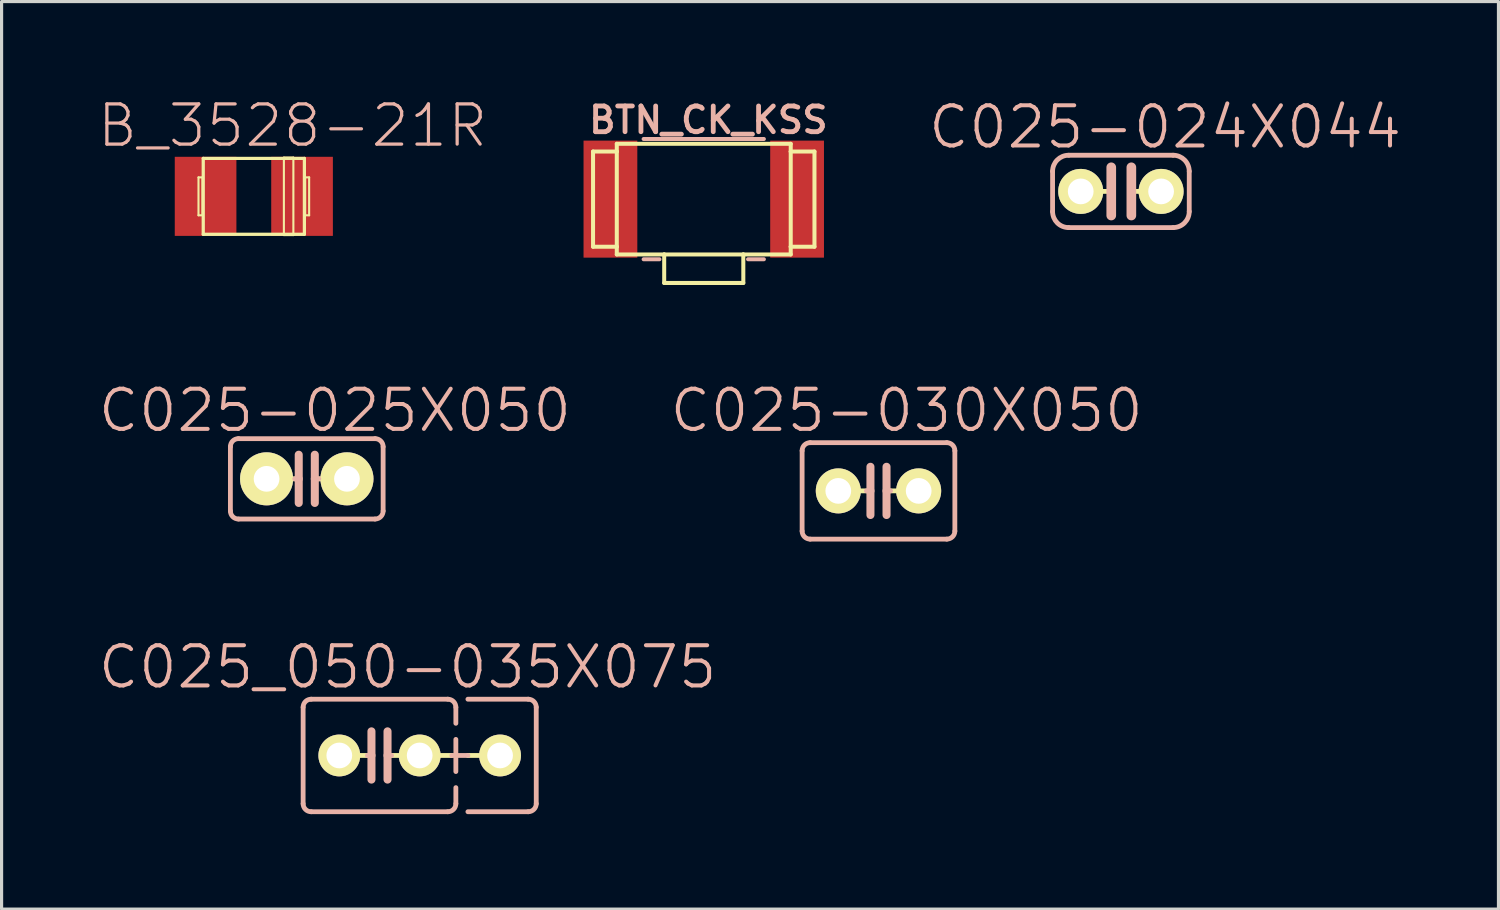
<source format=kicad_pcb>
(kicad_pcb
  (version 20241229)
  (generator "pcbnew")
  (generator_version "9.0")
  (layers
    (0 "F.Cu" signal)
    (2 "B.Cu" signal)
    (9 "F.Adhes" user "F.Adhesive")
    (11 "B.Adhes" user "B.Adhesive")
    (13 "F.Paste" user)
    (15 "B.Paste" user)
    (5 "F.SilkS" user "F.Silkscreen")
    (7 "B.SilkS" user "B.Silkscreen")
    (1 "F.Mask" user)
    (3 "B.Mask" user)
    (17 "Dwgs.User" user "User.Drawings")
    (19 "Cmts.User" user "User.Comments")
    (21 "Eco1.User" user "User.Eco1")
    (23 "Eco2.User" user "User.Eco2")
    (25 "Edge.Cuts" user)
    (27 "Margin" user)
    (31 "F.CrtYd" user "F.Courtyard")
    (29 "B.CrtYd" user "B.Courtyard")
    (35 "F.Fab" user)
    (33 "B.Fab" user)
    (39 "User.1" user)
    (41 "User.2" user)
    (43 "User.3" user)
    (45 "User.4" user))
  (footprint "C025-024X044"
    (layer "F.Cu")
    (at 32.368 2.998)
    (property "Reference" "C025-024X044" (at 1.397 -2.032 0) (layer "B.SilkS") (effects (font (size 1.27 1.27) (thickness 0.127))))
    (attr exclude_from_pos_files exclude_from_bom)
    (fp_line (start -1.27 0) (end -0.305 0) (stroke (width 0.152) (type solid)) (layer "F.SilkS"))
    (fp_line (start 1.27 0) (end 0.33 0) (stroke (width 0.152) (type solid)) (layer "F.SilkS"))
    (fp_line (start -2.159 0.635) (end -2.159 -0.635) (stroke (width 0.152) (type solid)) (layer "B.SilkS"))
    (fp_line (start -0.305 -0.762) (end -0.305 0.762) (stroke (width 0.305) (type solid)) (layer "B.SilkS"))
    (fp_line (start 0.33 -0.762) (end 0.33 0.762) (stroke (width 0.305) (type solid)) (layer "B.SilkS"))
    (fp_line (start 1.651 -1.143) (end -1.651 -1.143) (stroke (width 0.152) (type solid)) (layer "B.SilkS"))
    (fp_line (start 1.651 1.143) (end -1.651 1.143) (stroke (width 0.152) (type solid)) (layer "B.SilkS"))
    (fp_line (start 2.159 0.635) (end 2.159 -0.635) (stroke (width 0.152) (type solid)) (layer "B.SilkS"))
    (fp_arc (start -2.159 -0.635) (mid -2.01021 -0.99421) (end -1.651 -1.143) (stroke (width 0.1524) (type solid)) (layer "B.SilkS"))
    (fp_arc (start -1.651 1.143) (mid -2.01021 0.99421) (end -2.159 0.635) (stroke (width 0.1524) (type solid)) (layer "B.SilkS"))
    (fp_arc (start 1.651 -1.143) (mid 2.01021 -0.99421) (end 2.159 -0.635) (stroke (width 0.1524) (type solid)) (layer "B.SilkS"))
    (fp_arc (start 2.159 0.635) (mid 2.01021 0.99421) (end 1.651 1.143) (stroke (width 0.1524) (type solid)) (layer "B.SilkS"))
    (pad "1" thru_hole circle (at -1.27 0) (size 1.422 1.422) (drill 0.813) (layers "*.Cu" "F.Mask" "F.SilkS" "F.Paste"))
    (pad "2" thru_hole circle (at 1.27 0) (size 1.422 1.422) (drill 0.813) (layers "*.Cu" "F.Mask" "F.SilkS" "F.Paste")))
  (footprint "C025-030X050"
    (layer "F.Cu")
    (at 24.708 12.461)
    (property "Reference" "C025-030X050" (at 0.889 -2.54 0) (layer "B.SilkS") (effects (font (size 1.27 1.27) (thickness 0.127))))
    (attr exclude_from_pos_files exclude_from_bom)
    (fp_line (start -0.381 0) (end -0.762 0) (stroke (width 0.152) (type solid)) (layer "F.SilkS"))
    (fp_line (start 0.762 0) (end 0.381 0) (stroke (width 0.152) (type solid)) (layer "F.SilkS"))
    (fp_line (start -2.413 -1.27) (end -2.413 1.27) (stroke (width 0.152) (type solid)) (layer "B.SilkS"))
    (fp_line (start -2.159 -1.524) (end 2.159 -1.524) (stroke (width 0.152) (type solid)) (layer "B.SilkS"))
    (fp_line (start -0.254 -0.762) (end -0.254 0) (stroke (width 0.254) (type solid)) (layer "B.SilkS"))
    (fp_line (start -0.254 0) (end -0.381 0) (stroke (width 0.152) (type solid)) (layer "B.SilkS"))
    (fp_line (start -0.254 0) (end -0.254 0.762) (stroke (width 0.254) (type solid)) (layer "B.SilkS"))
    (fp_line (start 0.254 0) (end 0.254 -0.762) (stroke (width 0.254) (type solid)) (layer "B.SilkS"))
    (fp_line (start 0.254 0) (end 0.254 0.762) (stroke (width 0.254) (type solid)) (layer "B.SilkS"))
    (fp_line (start 0.381 0) (end 0.254 0) (stroke (width 0.152) (type solid)) (layer "B.SilkS"))
    (fp_line (start 2.159 1.524) (end -2.159 1.524) (stroke (width 0.152) (type solid)) (layer "B.SilkS"))
    (fp_line (start 2.413 -1.27) (end 2.413 1.27) (stroke (width 0.152) (type solid)) (layer "B.SilkS"))
    (fp_arc (start -2.413 -1.27) (mid -2.338605 -1.449605) (end -2.159 -1.524) (stroke (width 0.1524) (type solid)) (layer "B.SilkS"))
    (fp_arc (start -2.159 1.524) (mid -2.338605 1.449605) (end -2.413 1.27) (stroke (width 0.1524) (type solid)) (layer "B.SilkS"))
    (fp_arc (start 2.159 -1.524) (mid 2.338605 -1.449605) (end 2.413 -1.27) (stroke (width 0.1524) (type solid)) (layer "B.SilkS"))
    (fp_arc (start 2.413 1.27) (mid 2.338605 1.449605) (end 2.159 1.524) (stroke (width 0.1524) (type solid)) (layer "B.SilkS"))
    (pad "1" thru_hole circle (at -1.27 0) (size 1.422 1.422) (drill 0.813) (layers "*.Cu" "F.Mask" "F.SilkS" "F.Paste"))
    (pad "2" thru_hole circle (at 1.27 0) (size 1.422 1.422) (drill 0.813) (layers "*.Cu" "F.Mask" "F.SilkS" "F.Paste")))
  (footprint "BTN_CK_KSS"
    (layer "F.Cu")
    (at 19.187 3.242)
    (property "Reference" "BTN_CK_KSS" (at 0.145 -2.499 0) (layer "B.SilkS") (effects (font (size 0.813 0.813) (thickness 0.152))))
    (attr smd)
    (fp_line (start -3.498 -1.504) (end -2.748 -1.504) (stroke (width 0.127) (type solid)) (layer "F.SilkS"))
    (fp_line (start -3.498 1.504) (end -3.498 -1.504) (stroke (width 0.127) (type solid)) (layer "F.SilkS"))
    (fp_line (start -2.748 -1.748) (end 2.748 -1.748) (stroke (width 0.127) (type solid)) (layer "F.SilkS"))
    (fp_line (start -2.748 -1.504) (end -2.748 -1.748) (stroke (width 0.127) (type solid)) (layer "F.SilkS"))
    (fp_line (start -2.748 1.504) (end -3.498 1.504) (stroke (width 0.127) (type solid)) (layer "F.SilkS"))
    (fp_line (start -2.748 1.504) (end -2.748 -1.504) (stroke (width 0.127) (type solid)) (layer "F.SilkS"))
    (fp_line (start -2.748 1.748) (end -2.748 1.504) (stroke (width 0.127) (type solid)) (layer "F.SilkS"))
    (fp_line (start -1.25 1.748) (end -2.748 1.748) (stroke (width 0.127) (type solid)) (layer "F.SilkS"))
    (fp_line (start -1.25 2.649) (end -1.25 1.748) (stroke (width 0.127) (type solid)) (layer "F.SilkS"))
    (fp_line (start -1.25 2.649) (end 1.25 2.649) (stroke (width 0.127) (type solid)) (layer "F.SilkS"))
    (fp_line (start 1.25 1.748) (end -1.25 1.748) (stroke (width 0.127) (type solid)) (layer "F.SilkS"))
    (fp_line (start 1.25 2.649) (end 1.25 1.748) (stroke (width 0.127) (type solid)) (layer "F.SilkS"))
    (fp_line (start 2.748 -1.748) (end 2.748 -1.504) (stroke (width 0.127) (type solid)) (layer "F.SilkS"))
    (fp_line (start 2.748 -1.504) (end 2.748 1.504) (stroke (width 0.127) (type solid)) (layer "F.SilkS"))
    (fp_line (start 2.748 -1.504) (end 3.498 -1.504) (stroke (width 0.127) (type solid)) (layer "F.SilkS"))
    (fp_line (start 2.748 1.504) (end 2.748 1.748) (stroke (width 0.127) (type solid)) (layer "F.SilkS"))
    (fp_line (start 2.748 1.748) (end 1.25 1.748) (stroke (width 0.127) (type solid)) (layer "F.SilkS"))
    (fp_line (start 3.498 -1.504) (end 3.498 1.504) (stroke (width 0.127) (type solid)) (layer "F.SilkS"))
    (fp_line (start 3.498 1.504) (end 2.748 1.504) (stroke (width 0.127) (type solid)) (layer "F.SilkS"))
    (fp_line (start -1.9 -1.9) (end 1.9 -1.9) (stroke (width 0.127) (type solid)) (layer "B.SilkS"))
    (fp_line (start -1.9 1.9) (end -1.4 1.9) (stroke (width 0.127) (type solid)) (layer "B.SilkS"))
    (fp_line (start 1.4 1.9) (end 1.9 1.9) (stroke (width 0.127) (type solid)) (layer "B.SilkS"))
    (pad "P$1" smd rect (at -2.949 0) (size 1.699 3.698) (layers "F.Cu" "F.Mask" "F.Paste"))
    (pad "P$2" smd rect (at 2.949 0) (size 1.699 3.698) (layers "F.Cu" "F.Mask" "F.Paste")))
  (footprint "C025-025X050"
    (layer "F.Cu")
    (at 6.643 12.08)
    (property "Reference" "C025-025X050" (at 0.889 -2.159 0) (layer "B.SilkS") (effects (font (size 1.27 1.27) (thickness 0.127))))
    (attr exclude_from_pos_files exclude_from_bom)
    (fp_line (start -0.381 0) (end -0.762 0) (stroke (width 0.152) (type solid)) (layer "F.SilkS"))
    (fp_line (start 0.762 0) (end 0.381 0) (stroke (width 0.152) (type solid)) (layer "F.SilkS"))
    (fp_line (start -2.413 -1.016) (end -2.413 1.016) (stroke (width 0.152) (type solid)) (layer "B.SilkS"))
    (fp_line (start -2.159 -1.27) (end 2.159 -1.27) (stroke (width 0.152) (type solid)) (layer "B.SilkS"))
    (fp_line (start -0.254 -0.762) (end -0.254 0) (stroke (width 0.254) (type solid)) (layer "B.SilkS"))
    (fp_line (start -0.254 0) (end -0.381 0) (stroke (width 0.152) (type solid)) (layer "B.SilkS"))
    (fp_line (start -0.254 0) (end -0.254 0.762) (stroke (width 0.254) (type solid)) (layer "B.SilkS"))
    (fp_line (start 0.254 0) (end 0.254 -0.762) (stroke (width 0.254) (type solid)) (layer "B.SilkS"))
    (fp_line (start 0.254 0) (end 0.254 0.762) (stroke (width 0.254) (type solid)) (layer "B.SilkS"))
    (fp_line (start 0.381 0) (end 0.254 0) (stroke (width 0.152) (type solid)) (layer "B.SilkS"))
    (fp_line (start 2.159 1.27) (end -2.159 1.27) (stroke (width 0.152) (type solid)) (layer "B.SilkS"))
    (fp_line (start 2.413 -1.016) (end 2.413 1.016) (stroke (width 0.152) (type solid)) (layer "B.SilkS"))
    (fp_arc (start -2.413 -1.016) (mid -2.338605 -1.195605) (end -2.159 -1.27) (stroke (width 0.1524) (type solid)) (layer "B.SilkS"))
    (fp_arc (start -2.159 1.27) (mid -2.338605 1.195605) (end -2.413 1.016) (stroke (width 0.1524) (type solid)) (layer "B.SilkS"))
    (fp_arc (start 2.159 -1.27) (mid 2.338605 -1.195605) (end 2.413 -1.016) (stroke (width 0.1524) (type solid)) (layer "B.SilkS"))
    (fp_arc (start 2.413 1.016) (mid 2.338605 1.195605) (end 2.159 1.27) (stroke (width 0.1524) (type solid)) (layer "B.SilkS"))
    (pad "1" thru_hole circle (at -1.27 0) (size 1.676 1.676) (drill 0.813) (layers "*.Cu" "F.Mask" "F.SilkS" "F.Paste"))
    (pad "2" thru_hole circle (at 1.27 0) (size 1.676 1.676) (drill 0.813) (layers "*.Cu" "F.Mask" "F.SilkS" "F.Paste")))
  (footprint "C025_050-035X075"
    (layer "F.Cu")
    (at 8.941 20.821)
    (property "Reference" "C025_050-035X075" (at 0.889 -2.794 0) (layer "B.SilkS") (effects (font (size 1.27 1.27) (thickness 0.127))))
    (attr exclude_from_pos_files exclude_from_bom)
    (fp_line (start -0.381 0) (end -0.762 0) (stroke (width 0.152) (type solid)) (layer "F.SilkS"))
    (fp_line (start 0.381 0) (end 0.762 0) (stroke (width 0.152) (type solid)) (layer "F.SilkS"))
    (fp_line (start 2.286 0) (end 1.778 0) (stroke (width 0.152) (type solid)) (layer "F.SilkS"))
    (fp_line (start 2.794 0) (end 3.302 0) (stroke (width 0.152) (type solid)) (layer "F.SilkS"))
    (fp_line (start -2.413 -1.524) (end -2.413 1.524) (stroke (width 0.152) (type solid)) (layer "B.SilkS"))
    (fp_line (start -2.159 -1.778) (end 2.159 -1.778) (stroke (width 0.152) (type solid)) (layer "B.SilkS"))
    (fp_line (start -0.254 -0.762) (end -0.254 0) (stroke (width 0.254) (type solid)) (layer "B.SilkS"))
    (fp_line (start -0.254 0) (end -0.381 0) (stroke (width 0.152) (type solid)) (layer "B.SilkS"))
    (fp_line (start -0.254 0) (end -0.254 0.762) (stroke (width 0.254) (type solid)) (layer "B.SilkS"))
    (fp_line (start 0.254 0) (end 0.254 -0.762) (stroke (width 0.254) (type solid)) (layer "B.SilkS"))
    (fp_line (start 0.254 0) (end 0.254 0.762) (stroke (width 0.254) (type solid)) (layer "B.SilkS"))
    (fp_line (start 0.381 0) (end 0.254 0) (stroke (width 0.152) (type solid)) (layer "B.SilkS"))
    (fp_line (start 2.159 1.778) (end -2.159 1.778) (stroke (width 0.152) (type solid)) (layer "B.SilkS"))
    (fp_line (start 2.286 0) (end 2.794 0) (stroke (width 0.152) (type solid)) (layer "B.SilkS"))
    (fp_line (start 2.413 -1.524) (end 2.413 -1.016) (stroke (width 0.152) (type solid)) (layer "B.SilkS"))
    (fp_line (start 2.413 -0.508) (end 2.413 0.508) (stroke (width 0.152) (type solid)) (layer "B.SilkS"))
    (fp_line (start 2.413 1.016) (end 2.413 1.524) (stroke (width 0.152) (type solid)) (layer "B.SilkS"))
    (fp_line (start 2.794 -1.778) (end 4.699 -1.778) (stroke (width 0.152) (type solid)) (layer "B.SilkS"))
    (fp_line (start 4.699 1.778) (end 2.794 1.778) (stroke (width 0.152) (type solid)) (layer "B.SilkS"))
    (fp_line (start 4.953 -1.524) (end 4.953 1.524) (stroke (width 0.152) (type solid)) (layer "B.SilkS"))
    (fp_arc (start -2.413 -1.524) (mid -2.338605 -1.703605) (end -2.159 -1.778) (stroke (width 0.1524) (type solid)) (layer "B.SilkS"))
    (fp_arc (start -2.159 1.778) (mid -2.338605 1.703605) (end -2.413 1.524) (stroke (width 0.1524) (type solid)) (layer "B.SilkS"))
    (fp_arc (start 2.159 -1.778) (mid 2.338605 -1.703605) (end 2.413 -1.524) (stroke (width 0.1524) (type solid)) (layer "B.SilkS"))
    (fp_arc (start 2.413 1.524) (mid 2.338605 1.703605) (end 2.159 1.778) (stroke (width 0.1524) (type solid)) (layer "B.SilkS"))
    (fp_arc (start 4.699 -1.778) (mid 4.878605 -1.703605) (end 4.953 -1.524) (stroke (width 0.1524) (type solid)) (layer "B.SilkS"))
    (fp_arc (start 4.953 1.524) (mid 4.878605 1.703605) (end 4.699 1.778) (stroke (width 0.1524) (type solid)) (layer "B.SilkS"))
    (pad "1" thru_hole circle (at -1.27 0) (size 1.321 1.321) (drill 0.813) (layers "*.Cu" "F.Mask" "F.SilkS" "F.Paste"))
    (pad "2" thru_hole circle (at 1.27 0) (size 1.321 1.321) (drill 0.813) (layers "*.Cu" "F.Mask" "F.SilkS" "F.Paste"))
    (pad "3" thru_hole circle (at 3.81 0) (size 1.321 1.321) (drill 0.813) (layers "*.Cu" "F.Mask" "F.SilkS" "F.Paste")))
  (footprint "B_3528-21R"
    (layer "F.Cu")
    (at 4.97 3.154)
    (property "Reference" "B_3528-21R" (at 1.224 -2.233 0) (layer "B.SilkS") (effects (font (size 1.27 1.27) (thickness 0.102))))
    (attr smd)
    (fp_line (start -1.748 -0.599) (end -1.623 -0.599) (stroke (width 0.066) (type solid)) (layer "F.SilkS"))
    (fp_line (start -1.748 0.599) (end -1.748 -0.599) (stroke (width 0.066) (type solid)) (layer "F.SilkS"))
    (fp_line (start -1.748 0.599) (end -1.623 0.599) (stroke (width 0.066) (type solid)) (layer "F.SilkS"))
    (fp_line (start -1.623 0.599) (end -1.623 -0.599) (stroke (width 0.066) (type solid)) (layer "F.SilkS"))
    (fp_line (start -1.598 -1.199) (end 1.598 -1.199) (stroke (width 0.102) (type solid)) (layer "F.SilkS"))
    (fp_line (start -1.598 1.199) (end -1.598 -1.199) (stroke (width 0.102) (type solid)) (layer "F.SilkS"))
    (fp_line (start 0.95 -1.224) (end 1.25 -1.224) (stroke (width 0.066) (type solid)) (layer "F.SilkS"))
    (fp_line (start 0.95 1.224) (end 0.95 -1.224) (stroke (width 0.066) (type solid)) (layer "F.SilkS"))
    (fp_line (start 0.95 1.224) (end 1.25 1.224) (stroke (width 0.066) (type solid)) (layer "F.SilkS"))
    (fp_line (start 1.25 1.224) (end 1.25 -1.224) (stroke (width 0.066) (type solid)) (layer "F.SilkS"))
    (fp_line (start 1.598 -1.199) (end 1.598 1.199) (stroke (width 0.102) (type solid)) (layer "F.SilkS"))
    (fp_line (start 1.598 1.199) (end -1.598 1.199) (stroke (width 0.102) (type solid)) (layer "F.SilkS"))
    (fp_line (start 1.623 -0.599) (end 1.748 -0.599) (stroke (width 0.066) (type solid)) (layer "F.SilkS"))
    (fp_line (start 1.623 0.599) (end 1.623 -0.599) (stroke (width 0.066) (type solid)) (layer "F.SilkS"))
    (fp_line (start 1.623 0.599) (end 1.748 0.599) (stroke (width 0.066) (type solid)) (layer "F.SilkS"))
    (fp_line (start 1.748 0.599) (end 1.748 -0.599) (stroke (width 0.066) (type solid)) (layer "F.SilkS"))
    (pad "+" smd rect (at 1.524 0) (size 1.948 2.499) (layers "F.Cu" "F.Mask" "F.Paste"))
    (pad "-" smd rect (at -1.524 0) (size 1.948 2.499) (layers "F.Cu" "F.Mask" "F.Paste")))
  (gr_rect
    (start -3 -3)
    (end 44.298 25.675)
    (stroke (width 0.1) (type default))
    (fill no)
    (layer "Edge.Cuts")))
</source>
